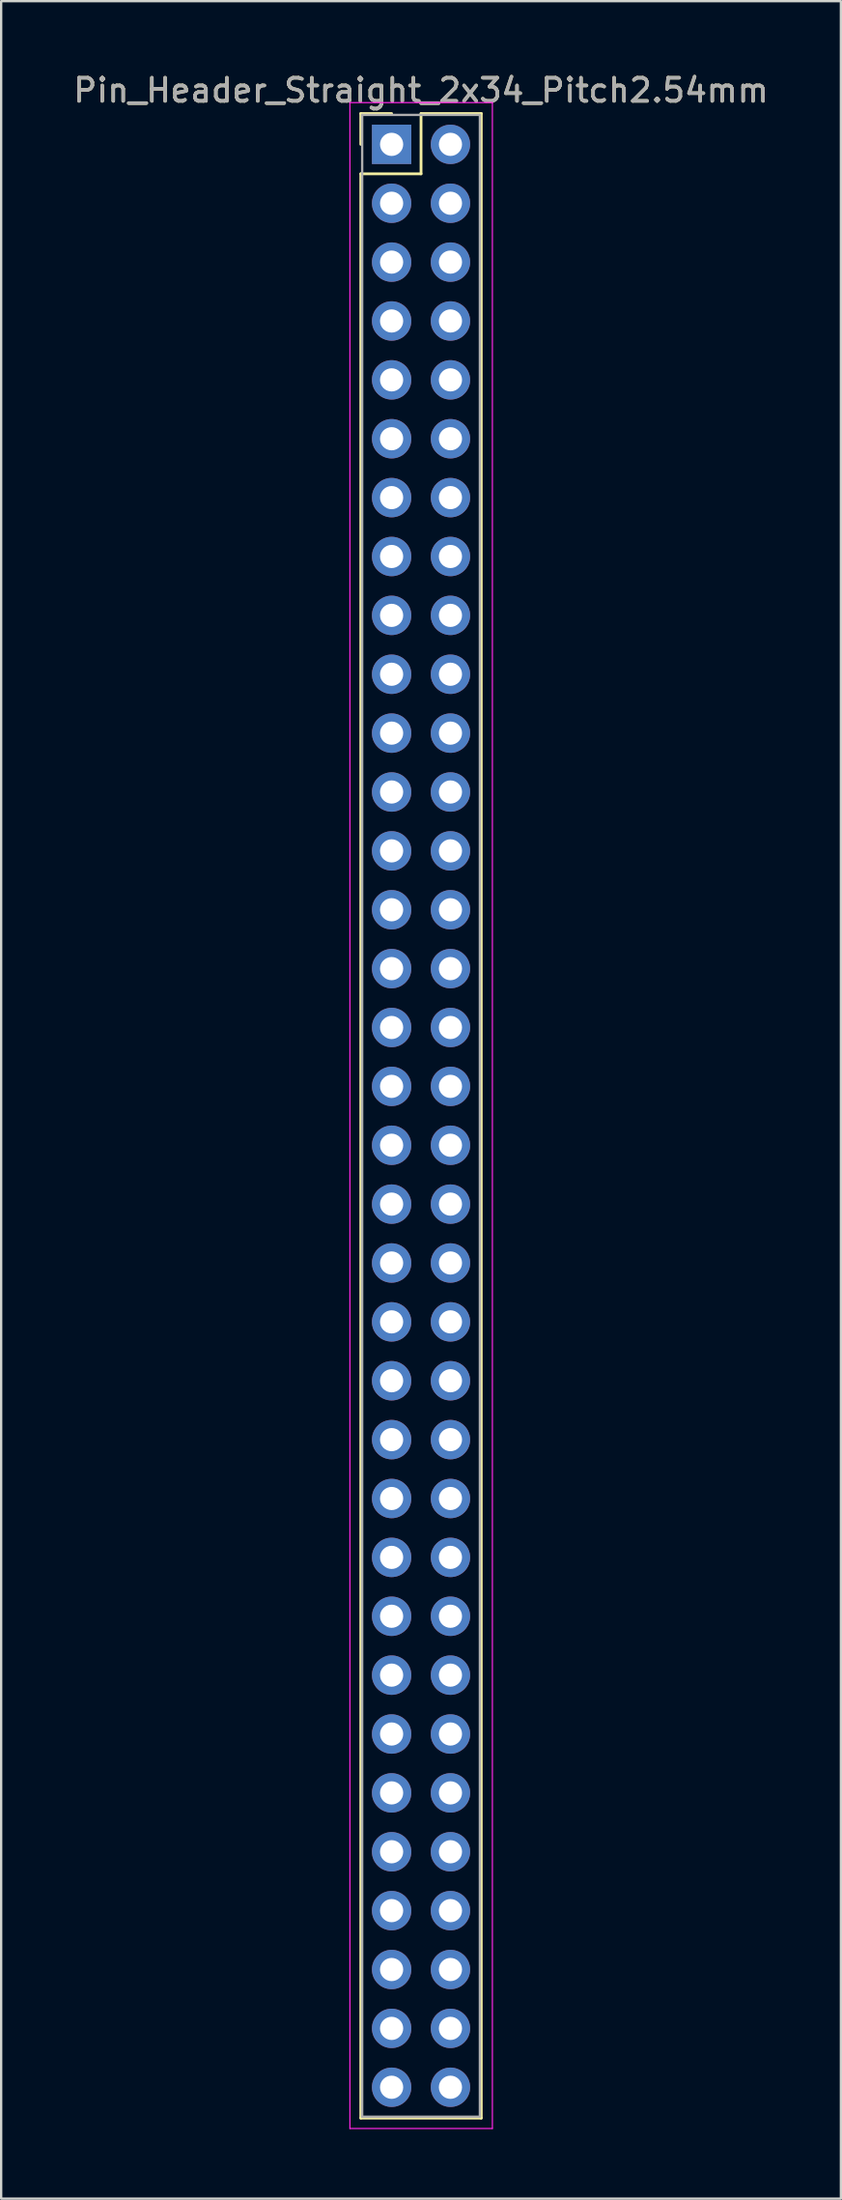
<source format=kicad_pcb>
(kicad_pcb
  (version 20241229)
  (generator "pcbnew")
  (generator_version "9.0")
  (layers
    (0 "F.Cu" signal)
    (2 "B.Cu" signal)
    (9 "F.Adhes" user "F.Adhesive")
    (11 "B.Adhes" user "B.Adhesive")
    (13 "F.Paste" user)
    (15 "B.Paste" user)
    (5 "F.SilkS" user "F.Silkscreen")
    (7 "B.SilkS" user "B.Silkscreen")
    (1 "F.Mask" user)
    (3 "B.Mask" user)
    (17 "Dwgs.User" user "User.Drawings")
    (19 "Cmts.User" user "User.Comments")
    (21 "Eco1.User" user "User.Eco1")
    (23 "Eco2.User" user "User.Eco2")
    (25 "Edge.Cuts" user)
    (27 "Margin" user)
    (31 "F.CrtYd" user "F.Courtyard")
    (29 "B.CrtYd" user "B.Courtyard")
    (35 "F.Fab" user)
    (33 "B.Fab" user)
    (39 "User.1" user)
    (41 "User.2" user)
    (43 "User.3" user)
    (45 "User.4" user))
  (footprint "Pin_Header_Straight_2x34_Pitch2.54mm"
    (layer "F.Cu")
    (at 13.855 3.178)
    (property "Reference" "Pin_Header_Straight_2x34_Pitch2.54mm" (at 1.27 -2.33 0) (layer "F.SilkS") (effects (font (size 1 1) (thickness 0.15))))
    (attr through_hole)
    (fp_line (start -1.33 -1.33) (end 0 -1.33) (stroke (width 0.12) (type solid)) (layer "F.SilkS"))
    (fp_line (start -1.33 0) (end -1.33 -1.33) (stroke (width 0.12) (type solid)) (layer "F.SilkS"))
    (fp_line (start -1.33 1.27) (end -1.33 85.15) (stroke (width 0.12) (type solid)) (layer "F.SilkS"))
    (fp_line (start -1.33 85.15) (end 3.87 85.15) (stroke (width 0.12) (type solid)) (layer "F.SilkS"))
    (fp_line (start 1.27 -1.33) (end 1.27 1.27) (stroke (width 0.12) (type solid)) (layer "F.SilkS"))
    (fp_line (start 1.27 1.27) (end -1.33 1.27) (stroke (width 0.12) (type solid)) (layer "F.SilkS"))
    (fp_line (start 3.87 -1.33) (end 1.27 -1.33) (stroke (width 0.12) (type solid)) (layer "F.SilkS"))
    (fp_line (start 3.87 85.15) (end 3.87 -1.33) (stroke (width 0.12) (type solid)) (layer "F.SilkS"))
    (fp_line (start -1.8 -1.8) (end -1.8 85.6) (stroke (width 0.05) (type solid)) (layer "F.CrtYd"))
    (fp_line (start -1.8 85.6) (end 4.35 85.6) (stroke (width 0.05) (type solid)) (layer "F.CrtYd"))
    (fp_line (start 4.35 -1.8) (end -1.8 -1.8) (stroke (width 0.05) (type solid)) (layer "F.CrtYd"))
    (fp_line (start 4.35 85.6) (end 4.35 -1.8) (stroke (width 0.05) (type solid)) (layer "F.CrtYd"))
    (fp_line (start -1.27 -1.27) (end -1.27 85.09) (stroke (width 0.1) (type solid)) (layer "F.Fab"))
    (fp_line (start -1.27 85.09) (end 3.81 85.09) (stroke (width 0.1) (type solid)) (layer "F.Fab"))
    (fp_line (start 3.81 -1.27) (end -1.27 -1.27) (stroke (width 0.1) (type solid)) (layer "F.Fab"))
    (fp_line (start 3.81 85.09) (end 3.81 -1.27) (stroke (width 0.1) (type solid)) (layer "F.Fab"))
    (fp_text user "${REFERENCE}" (at 1.27 -2.33 0) (layer "F.Fab") (effects (font (size 1 1) (thickness 0.15))))
    (pad "1" thru_hole rect (at 0 0) (size 1.7 1.7) (drill 1) (layers "*.Cu" "*.Mask"))
    (pad "2" thru_hole oval (at 2.54 0) (size 1.7 1.7) (drill 1) (layers "*.Cu" "*.Mask"))
    (pad "3" thru_hole oval (at 0 2.54) (size 1.7 1.7) (drill 1) (layers "*.Cu" "*.Mask"))
    (pad "4" thru_hole oval (at 2.54 2.54) (size 1.7 1.7) (drill 1) (layers "*.Cu" "*.Mask"))
    (pad "5" thru_hole oval (at 0 5.08) (size 1.7 1.7) (drill 1) (layers "*.Cu" "*.Mask"))
    (pad "6" thru_hole oval (at 2.54 5.08) (size 1.7 1.7) (drill 1) (layers "*.Cu" "*.Mask"))
    (pad "7" thru_hole oval (at 0 7.62) (size 1.7 1.7) (drill 1) (layers "*.Cu" "*.Mask"))
    (pad "8" thru_hole oval (at 2.54 7.62) (size 1.7 1.7) (drill 1) (layers "*.Cu" "*.Mask"))
    (pad "9" thru_hole oval (at 0 10.16) (size 1.7 1.7) (drill 1) (layers "*.Cu" "*.Mask"))
    (pad "10" thru_hole oval (at 2.54 10.16) (size 1.7 1.7) (drill 1) (layers "*.Cu" "*.Mask"))
    (pad "11" thru_hole oval (at 0 12.7) (size 1.7 1.7) (drill 1) (layers "*.Cu" "*.Mask"))
    (pad "12" thru_hole oval (at 2.54 12.7) (size 1.7 1.7) (drill 1) (layers "*.Cu" "*.Mask"))
    (pad "13" thru_hole oval (at 0 15.24) (size 1.7 1.7) (drill 1) (layers "*.Cu" "*.Mask"))
    (pad "14" thru_hole oval (at 2.54 15.24) (size 1.7 1.7) (drill 1) (layers "*.Cu" "*.Mask"))
    (pad "15" thru_hole oval (at 0 17.78) (size 1.7 1.7) (drill 1) (layers "*.Cu" "*.Mask"))
    (pad "16" thru_hole oval (at 2.54 17.78) (size 1.7 1.7) (drill 1) (layers "*.Cu" "*.Mask"))
    (pad "17" thru_hole oval (at 0 20.32) (size 1.7 1.7) (drill 1) (layers "*.Cu" "*.Mask"))
    (pad "18" thru_hole oval (at 2.54 20.32) (size 1.7 1.7) (drill 1) (layers "*.Cu" "*.Mask"))
    (pad "19" thru_hole oval (at 0 22.86) (size 1.7 1.7) (drill 1) (layers "*.Cu" "*.Mask"))
    (pad "20" thru_hole oval (at 2.54 22.86) (size 1.7 1.7) (drill 1) (layers "*.Cu" "*.Mask"))
    (pad "21" thru_hole oval (at 0 25.4) (size 1.7 1.7) (drill 1) (layers "*.Cu" "*.Mask"))
    (pad "22" thru_hole oval (at 2.54 25.4) (size 1.7 1.7) (drill 1) (layers "*.Cu" "*.Mask"))
    (pad "23" thru_hole oval (at 0 27.94) (size 1.7 1.7) (drill 1) (layers "*.Cu" "*.Mask"))
    (pad "24" thru_hole oval (at 2.54 27.94) (size 1.7 1.7) (drill 1) (layers "*.Cu" "*.Mask"))
    (pad "25" thru_hole oval (at 0 30.48) (size 1.7 1.7) (drill 1) (layers "*.Cu" "*.Mask"))
    (pad "26" thru_hole oval (at 2.54 30.48) (size 1.7 1.7) (drill 1) (layers "*.Cu" "*.Mask"))
    (pad "27" thru_hole oval (at 0 33.02) (size 1.7 1.7) (drill 1) (layers "*.Cu" "*.Mask"))
    (pad "28" thru_hole oval (at 2.54 33.02) (size 1.7 1.7) (drill 1) (layers "*.Cu" "*.Mask"))
    (pad "29" thru_hole oval (at 0 35.56) (size 1.7 1.7) (drill 1) (layers "*.Cu" "*.Mask"))
    (pad "30" thru_hole oval (at 2.54 35.56) (size 1.7 1.7) (drill 1) (layers "*.Cu" "*.Mask"))
    (pad "31" thru_hole oval (at 0 38.1) (size 1.7 1.7) (drill 1) (layers "*.Cu" "*.Mask"))
    (pad "32" thru_hole oval (at 2.54 38.1) (size 1.7 1.7) (drill 1) (layers "*.Cu" "*.Mask"))
    (pad "33" thru_hole oval (at 0 40.64) (size 1.7 1.7) (drill 1) (layers "*.Cu" "*.Mask"))
    (pad "34" thru_hole oval (at 2.54 40.64) (size 1.7 1.7) (drill 1) (layers "*.Cu" "*.Mask"))
    (pad "35" thru_hole oval (at 0 43.18) (size 1.7 1.7) (drill 1) (layers "*.Cu" "*.Mask"))
    (pad "36" thru_hole oval (at 2.54 43.18) (size 1.7 1.7) (drill 1) (layers "*.Cu" "*.Mask"))
    (pad "37" thru_hole oval (at 0 45.72) (size 1.7 1.7) (drill 1) (layers "*.Cu" "*.Mask"))
    (pad "38" thru_hole oval (at 2.54 45.72) (size 1.7 1.7) (drill 1) (layers "*.Cu" "*.Mask"))
    (pad "39" thru_hole oval (at 0 48.26) (size 1.7 1.7) (drill 1) (layers "*.Cu" "*.Mask"))
    (pad "40" thru_hole oval (at 2.54 48.26) (size 1.7 1.7) (drill 1) (layers "*.Cu" "*.Mask"))
    (pad "41" thru_hole oval (at 0 50.8) (size 1.7 1.7) (drill 1) (layers "*.Cu" "*.Mask"))
    (pad "42" thru_hole oval (at 2.54 50.8) (size 1.7 1.7) (drill 1) (layers "*.Cu" "*.Mask"))
    (pad "43" thru_hole oval (at 0 53.34) (size 1.7 1.7) (drill 1) (layers "*.Cu" "*.Mask"))
    (pad "44" thru_hole oval (at 2.54 53.34) (size 1.7 1.7) (drill 1) (layers "*.Cu" "*.Mask"))
    (pad "45" thru_hole oval (at 0 55.88) (size 1.7 1.7) (drill 1) (layers "*.Cu" "*.Mask"))
    (pad "46" thru_hole oval (at 2.54 55.88) (size 1.7 1.7) (drill 1) (layers "*.Cu" "*.Mask"))
    (pad "47" thru_hole oval (at 0 58.42) (size 1.7 1.7) (drill 1) (layers "*.Cu" "*.Mask"))
    (pad "48" thru_hole oval (at 2.54 58.42) (size 1.7 1.7) (drill 1) (layers "*.Cu" "*.Mask"))
    (pad "49" thru_hole oval (at 0 60.96) (size 1.7 1.7) (drill 1) (layers "*.Cu" "*.Mask"))
    (pad "50" thru_hole oval (at 2.54 60.96) (size 1.7 1.7) (drill 1) (layers "*.Cu" "*.Mask"))
    (pad "51" thru_hole oval (at 0 63.5) (size 1.7 1.7) (drill 1) (layers "*.Cu" "*.Mask"))
    (pad "52" thru_hole oval (at 2.54 63.5) (size 1.7 1.7) (drill 1) (layers "*.Cu" "*.Mask"))
    (pad "53" thru_hole oval (at 0 66.04) (size 1.7 1.7) (drill 1) (layers "*.Cu" "*.Mask"))
    (pad "54" thru_hole oval (at 2.54 66.04) (size 1.7 1.7) (drill 1) (layers "*.Cu" "*.Mask"))
    (pad "55" thru_hole oval (at 0 68.58) (size 1.7 1.7) (drill 1) (layers "*.Cu" "*.Mask"))
    (pad "56" thru_hole oval (at 2.54 68.58) (size 1.7 1.7) (drill 1) (layers "*.Cu" "*.Mask"))
    (pad "57" thru_hole oval (at 0 71.12) (size 1.7 1.7) (drill 1) (layers "*.Cu" "*.Mask"))
    (pad "58" thru_hole oval (at 2.54 71.12) (size 1.7 1.7) (drill 1) (layers "*.Cu" "*.Mask"))
    (pad "59" thru_hole oval (at 0 73.66) (size 1.7 1.7) (drill 1) (layers "*.Cu" "*.Mask"))
    (pad "60" thru_hole oval (at 2.54 73.66) (size 1.7 1.7) (drill 1) (layers "*.Cu" "*.Mask"))
    (pad "61" thru_hole oval (at 0 76.2) (size 1.7 1.7) (drill 1) (layers "*.Cu" "*.Mask"))
    (pad "62" thru_hole oval (at 2.54 76.2) (size 1.7 1.7) (drill 1) (layers "*.Cu" "*.Mask"))
    (pad "63" thru_hole oval (at 0 78.74) (size 1.7 1.7) (drill 1) (layers "*.Cu" "*.Mask"))
    (pad "64" thru_hole oval (at 2.54 78.74) (size 1.7 1.7) (drill 1) (layers "*.Cu" "*.Mask"))
    (pad "65" thru_hole oval (at 0 81.28) (size 1.7 1.7) (drill 1) (layers "*.Cu" "*.Mask"))
    (pad "66" thru_hole oval (at 2.54 81.28) (size 1.7 1.7) (drill 1) (layers "*.Cu" "*.Mask"))
    (pad "67" thru_hole oval (at 0 83.82) (size 1.7 1.7) (drill 1) (layers "*.Cu" "*.Mask"))
    (pad "68" thru_hole oval (at 2.54 83.82) (size 1.7 1.7) (drill 1) (layers "*.Cu" "*.Mask")))
  (gr_rect
    (start -3 -3)
    (end 33.25 91.803)
    (stroke (width 0.1) (type default))
    (fill no)
    (layer "Edge.Cuts")))
</source>
